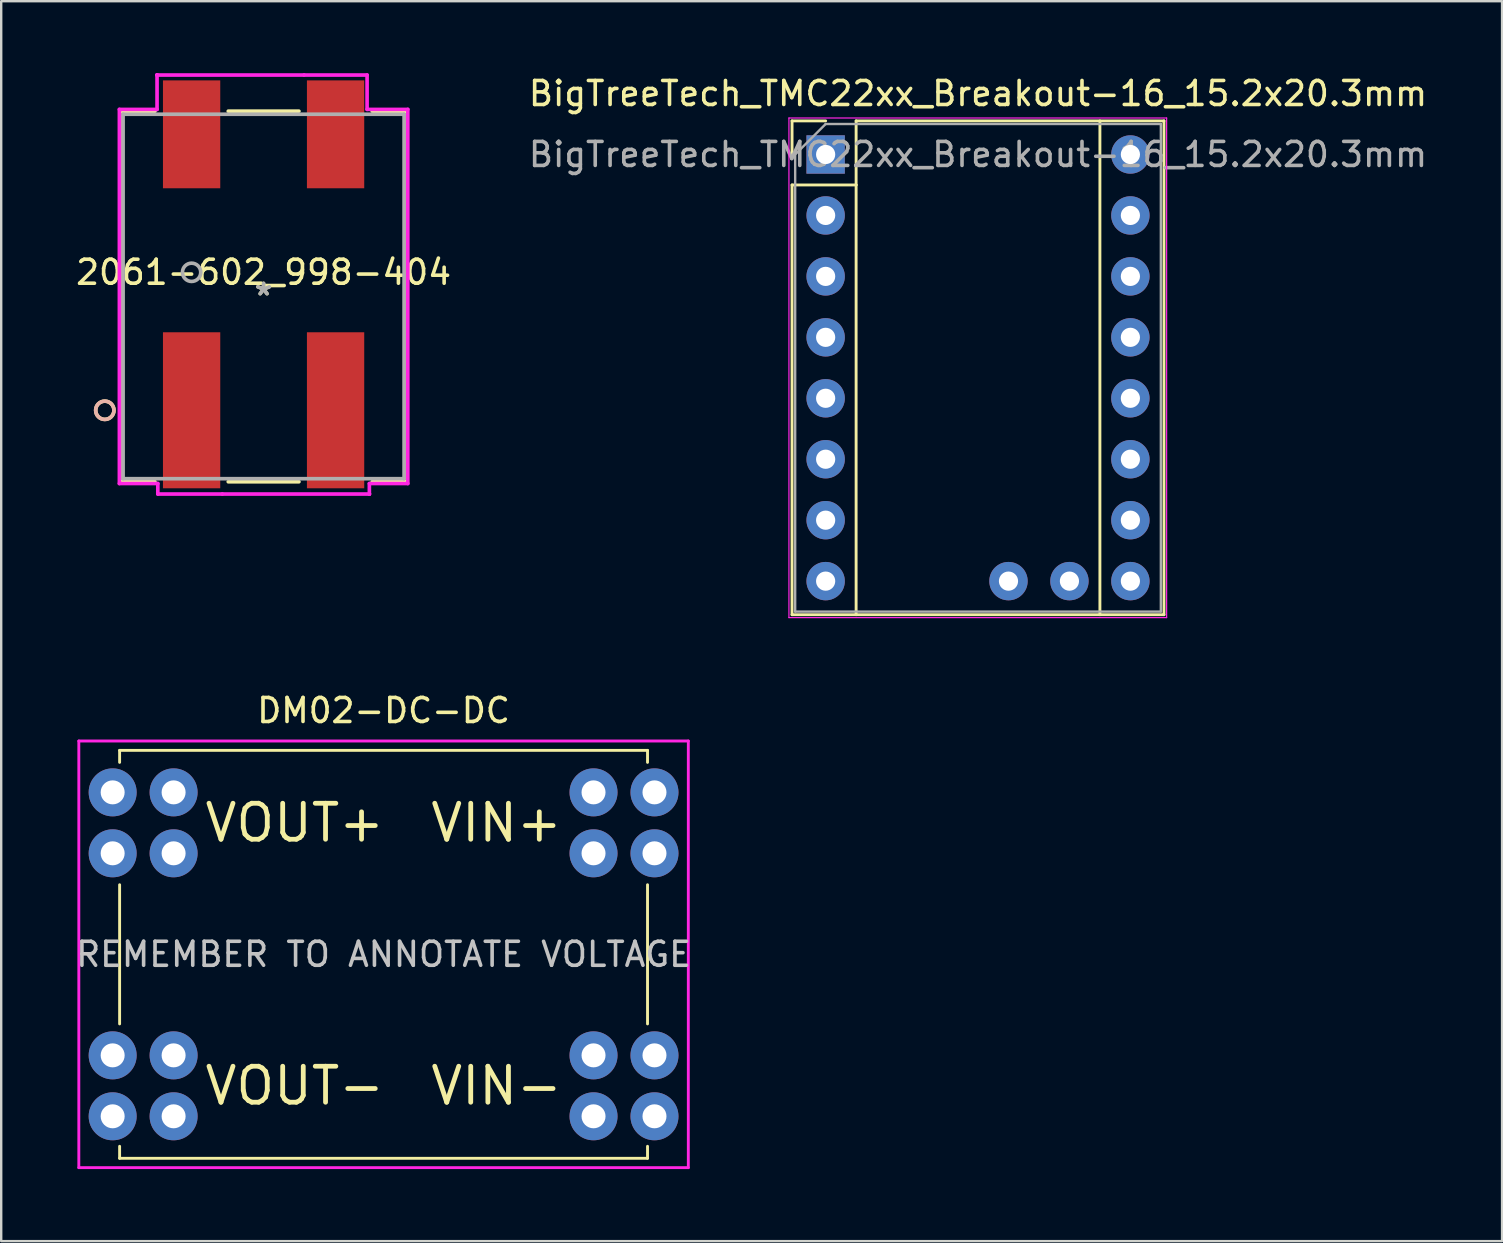
<source format=kicad_pcb>
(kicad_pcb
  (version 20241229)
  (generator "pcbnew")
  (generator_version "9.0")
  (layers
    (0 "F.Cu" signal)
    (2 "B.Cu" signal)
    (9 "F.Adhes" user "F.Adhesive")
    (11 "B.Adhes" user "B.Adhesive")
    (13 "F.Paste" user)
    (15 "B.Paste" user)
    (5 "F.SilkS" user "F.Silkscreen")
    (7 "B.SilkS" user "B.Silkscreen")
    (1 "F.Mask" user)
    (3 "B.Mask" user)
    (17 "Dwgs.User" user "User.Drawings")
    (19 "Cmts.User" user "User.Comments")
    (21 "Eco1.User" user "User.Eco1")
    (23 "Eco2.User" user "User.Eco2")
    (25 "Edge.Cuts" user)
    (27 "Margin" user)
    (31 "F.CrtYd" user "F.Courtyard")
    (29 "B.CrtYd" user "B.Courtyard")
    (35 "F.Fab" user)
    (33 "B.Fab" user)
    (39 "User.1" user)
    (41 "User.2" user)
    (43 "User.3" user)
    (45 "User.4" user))
  (footprint "BigTreeTech_TMC22xx_Breakout-16_15.2x20.3mm"
    (layer "F.Cu")
    (at 31.358 3.388)
    (property "Reference" "BigTreeTech_TMC22xx_Breakout-16_15.2x20.3mm" (at 6.35 -2.54 0) (layer "F.SilkS") (effects (font (size 1 1) (thickness 0.15))))
    (attr through_hole)
    (fp_line (start -1.4 -1.4) (end -1.4 0) (stroke (width 0.12) (type solid)) (layer "F.SilkS"))
    (fp_line (start -1.4 1.27) (end -1.4 19.18) (stroke (width 0.12) (type solid)) (layer "F.SilkS"))
    (fp_line (start -1.4 19.18) (end 14.1 19.18) (stroke (width 0.12) (type solid)) (layer "F.SilkS"))
    (fp_line (start 0 -1.4) (end -1.4 -1.4) (stroke (width 0.12) (type solid)) (layer "F.SilkS"))
    (fp_line (start 1.27 -1.4) (end 1.27 1.27) (stroke (width 0.12) (type solid)) (layer "F.SilkS"))
    (fp_line (start 1.27 1.27) (end -1.4 1.27) (stroke (width 0.12) (type solid)) (layer "F.SilkS"))
    (fp_line (start 1.27 1.27) (end 1.27 19.18) (stroke (width 0.12) (type solid)) (layer "F.SilkS"))
    (fp_line (start 11.43 -1.4) (end 11.43 19.18) (stroke (width 0.12) (type solid)) (layer "F.SilkS"))
    (fp_line (start 14.1 -1.4) (end 1.27 -1.4) (stroke (width 0.12) (type solid)) (layer "F.SilkS"))
    (fp_line (start 14.1 19.18) (end 14.1 -1.4) (stroke (width 0.12) (type solid)) (layer "F.SilkS"))
    (fp_line (start -1.53 -1.52) (end -1.53 19.3) (stroke (width 0.05) (type solid)) (layer "F.CrtYd"))
    (fp_line (start -1.53 -1.52) (end 14.21 -1.52) (stroke (width 0.05) (type solid)) (layer "F.CrtYd"))
    (fp_line (start 14.21 19.3) (end -1.53 19.3) (stroke (width 0.05) (type solid)) (layer "F.CrtYd"))
    (fp_line (start 14.21 19.3) (end 14.21 -1.52) (stroke (width 0.05) (type solid)) (layer "F.CrtYd"))
    (fp_line (start -1.27 0) (end 0 -1.27) (stroke (width 0.1) (type solid)) (layer "F.Fab"))
    (fp_line (start -1.27 19.05) (end -1.27 0) (stroke (width 0.1) (type solid)) (layer "F.Fab"))
    (fp_line (start 0 -1.27) (end 13.97 -1.27) (stroke (width 0.1) (type solid)) (layer "F.Fab"))
    (fp_line (start 13.97 -1.27) (end 13.97 19.05) (stroke (width 0.1) (type solid)) (layer "F.Fab"))
    (fp_line (start 13.97 19.05) (end -1.27 19.05) (stroke (width 0.1) (type solid)) (layer "F.Fab"))
    (fp_text user "${REFERENCE}" (at 6.35 0 0) (layer "F.Fab") (effects (font (size 1 1) (thickness 0.15))))
    (pad "1" thru_hole rect (at 0 0) (size 1.6 1.6) (drill 0.8) (layers "*.Cu" "*.Mask"))
    (pad "2" thru_hole oval (at 0 2.54) (size 1.6 1.6) (drill 0.8) (layers "*.Cu" "*.Mask"))
    (pad "3" thru_hole oval (at 0 5.08) (size 1.6 1.6) (drill 0.8) (layers "*.Cu" "*.Mask"))
    (pad "4" thru_hole oval (at 0 7.62) (size 1.6 1.6) (drill 0.8) (layers "*.Cu" "*.Mask"))
    (pad "5" thru_hole oval (at 0 10.16) (size 1.6 1.6) (drill 0.8) (layers "*.Cu" "*.Mask"))
    (pad "6" thru_hole oval (at 0 12.7) (size 1.6 1.6) (drill 0.8) (layers "*.Cu" "*.Mask"))
    (pad "7" thru_hole oval (at 0 15.24) (size 1.6 1.6) (drill 0.8) (layers "*.Cu" "*.Mask"))
    (pad "8" thru_hole oval (at 0 17.78) (size 1.6 1.6) (drill 0.8) (layers "*.Cu" "*.Mask"))
    (pad "9" thru_hole oval (at 12.7 17.78) (size 1.6 1.6) (drill 0.8) (layers "*.Cu" "*.Mask"))
    (pad "10" thru_hole oval (at 12.7 15.24) (size 1.6 1.6) (drill 0.8) (layers "*.Cu" "*.Mask"))
    (pad "11" thru_hole oval (at 12.7 12.7) (size 1.6 1.6) (drill 0.8) (layers "*.Cu" "*.Mask"))
    (pad "12" thru_hole oval (at 12.7 10.16) (size 1.6 1.6) (drill 0.8) (layers "*.Cu" "*.Mask"))
    (pad "13" thru_hole oval (at 12.7 7.62) (size 1.6 1.6) (drill 0.8) (layers "*.Cu" "*.Mask"))
    (pad "14" thru_hole oval (at 12.7 5.08) (size 1.6 1.6) (drill 0.8) (layers "*.Cu" "*.Mask"))
    (pad "15" thru_hole oval (at 12.7 2.54) (size 1.6 1.6) (drill 0.8) (layers "*.Cu" "*.Mask"))
    (pad "16" thru_hole oval (at 12.7 0) (size 1.6 1.6) (drill 0.8) (layers "*.Cu" "*.Mask"))
    (pad "17" thru_hole oval (at 10.16 17.78) (size 1.6 1.6) (drill 0.8) (layers "*.Cu" "*.Mask"))
    (pad "18" thru_hole oval (at 7.62 17.78) (size 1.6 1.6) (drill 0.8) (layers "*.Cu" "*.Mask")))
  (footprint "DM02-DC-DC"
    (layer "F.Cu")
    (at 12.935 36.721)
    (property "Reference" "DM02-DC-DC" (at 0 -10.16 0) (layer "F.SilkS") (effects (font (size 1 1) (thickness 0.15))))
    (attr through_hole)
    (fp_line (start -11 -8.5) (end 11 -8.5) (stroke (width 0.12) (type solid)) (layer "F.SilkS"))
    (fp_line (start -11 -8) (end -11 -8.5) (stroke (width 0.12) (type solid)) (layer "F.SilkS"))
    (fp_line (start -11 2.9) (end -11 -2.9) (stroke (width 0.12) (type solid)) (layer "F.SilkS"))
    (fp_line (start -11 8.5) (end -11 8) (stroke (width 0.12) (type solid)) (layer "F.SilkS"))
    (fp_line (start 11 -8.5) (end 11 -8) (stroke (width 0.12) (type solid)) (layer "F.SilkS"))
    (fp_line (start 11 -2.9) (end 11 2.9) (stroke (width 0.12) (type solid)) (layer "F.SilkS"))
    (fp_line (start 11 8) (end 11 8.5) (stroke (width 0.12) (type solid)) (layer "F.SilkS"))
    (fp_line (start 11 8.5) (end -11 8.5) (stroke (width 0.12) (type solid)) (layer "F.SilkS"))
    (fp_line (start -12.7 -8.89) (end 12.7 -8.89) (stroke (width 0.12) (type solid)) (layer "F.CrtYd"))
    (fp_line (start -12.7 8.89) (end -12.7 -8.89) (stroke (width 0.12) (type solid)) (layer "F.CrtYd"))
    (fp_line (start 12.7 -8.89) (end 12.7 8.89) (stroke (width 0.12) (type solid)) (layer "F.CrtYd"))
    (fp_line (start 12.7 8.89) (end -12.7 8.89) (stroke (width 0.12) (type solid)) (layer "F.CrtYd"))
    (fp_text user "VIN+" (at 7.55 -5.48 0) (layer "F.SilkS") (effects (font (size 1.5 1.5) (thickness 0.2)) (justify right)))
    (fp_text user "VOUT-" (at -7.55 5.48 0) (layer "F.SilkS") (effects (font (size 1.5 1.5) (thickness 0.2)) (justify left)))
    (fp_text user "VOUT+" (at -7.55 -5.48 0) (layer "F.SilkS") (effects (font (size 1.5 1.5) (thickness 0.2)) (justify left)))
    (fp_text user "VIN-" (at 7.55 5.48 0) (layer "F.SilkS") (effects (font (size 1.5 1.5) (thickness 0.2)) (justify right)))
    (fp_text user "REMEMBER TO ANNOTATE VOLTAGE" (at 0 0 0) (layer "Dwgs.User") (effects (font (size 1 1) (thickness 0.15))))
    (pad "1" thru_hole circle (at -11.29 4.21) (size 2 2) (drill 1) (layers "*.Cu" "*.Mask"))
    (pad "1" thru_hole circle (at -11.29 6.75) (size 2 2) (drill 1) (layers "*.Cu" "*.Mask"))
    (pad "1" thru_hole circle (at -8.75 4.21) (size 2 2) (drill 1) (layers "*.Cu" "*.Mask"))
    (pad "1" thru_hole circle (at -8.75 6.75) (size 2 2) (drill 1) (layers "*.Cu" "*.Mask"))
    (pad "1" thru_hole circle (at 8.75 4.21) (size 2 2) (drill 1) (layers "*.Cu" "*.Mask"))
    (pad "1" thru_hole circle (at 8.75 6.75) (size 2 2) (drill 1) (layers "*.Cu" "*.Mask"))
    (pad "1" thru_hole circle (at 11.29 4.21) (size 2 2) (drill 1) (layers "*.Cu" "*.Mask"))
    (pad "1" thru_hole circle (at 11.29 6.75) (size 2 2) (drill 1) (layers "*.Cu" "*.Mask"))
    (pad "2" thru_hole circle (at 8.75 -6.75) (size 2 2) (drill 1) (layers "*.Cu" "*.Mask"))
    (pad "2" thru_hole circle (at 8.75 -4.21) (size 2 2) (drill 1) (layers "*.Cu" "*.Mask"))
    (pad "2" thru_hole circle (at 11.29 -6.75) (size 2 2) (drill 1) (layers "*.Cu" "*.Mask"))
    (pad "2" thru_hole circle (at 11.29 -4.21) (size 2 2) (drill 1) (layers "*.Cu" "*.Mask"))
    (pad "3" thru_hole circle (at -11.29 -6.75) (size 2 2) (drill 1) (layers "*.Cu" "*.Mask"))
    (pad "3" thru_hole circle (at -11.29 -4.21) (size 2 2) (drill 1) (layers "*.Cu" "*.Mask"))
    (pad "3" thru_hole circle (at -8.75 -6.75) (size 2 2) (drill 1) (layers "*.Cu" "*.Mask"))
    (pad "3" thru_hole circle (at -8.75 -4.21) (size 2 2) (drill 1) (layers "*.Cu" "*.Mask")))
  (footprint "2061-602_998-404"
    (layer "F.Cu")
    (at 7.935 9.305)
    (property "Reference" "2061-602_998-404" (at 0 -1.007 0) (layer "F.SilkS") (effects (font (size 1 1) (thickness 0.15))))
    (attr through_hole)
    (fp_line (start -5.982 -7.722) (end -5.982 7.722) (stroke (width 0.152) (type solid)) (layer "F.SilkS"))
    (fp_line (start -5.982 7.722) (end -4.527 7.722) (stroke (width 0.152) (type solid)) (layer "F.SilkS"))
    (fp_line (start -4.527 -7.722) (end -5.982 -7.722) (stroke (width 0.152) (type solid)) (layer "F.SilkS"))
    (fp_line (start -1.473 7.722) (end 1.473 7.722) (stroke (width 0.152) (type solid)) (layer "F.SilkS"))
    (fp_line (start 1.473 -7.722) (end -1.473 -7.722) (stroke (width 0.152) (type solid)) (layer "F.SilkS"))
    (fp_line (start 4.527 7.722) (end 5.982 7.722) (stroke (width 0.152) (type solid)) (layer "F.SilkS"))
    (fp_line (start 5.982 -7.722) (end 4.527 -7.722) (stroke (width 0.152) (type solid)) (layer "F.SilkS"))
    (fp_line (start 5.982 7.722) (end 5.982 -7.722) (stroke (width 0.152) (type solid)) (layer "F.SilkS"))
    (fp_circle (center -6.617 4.743) (end -6.236 4.743) (stroke (width 0.152) (type solid)) (fill no) (layer "F.SilkS"))
    (fp_circle (center -6.617 4.743) (end -6.236 4.743) (stroke (width 0.152) (type solid)) (fill no) (layer "B.SilkS"))
    (fp_line (start -6.01 -7.796) (end -6.01 7.796) (stroke (width 0.152) (type solid)) (layer "F.CrtYd"))
    (fp_line (start -6.01 7.796) (end -4.408 7.796) (stroke (width 0.152) (type solid)) (layer "F.CrtYd"))
    (fp_line (start -4.44 -9.229) (end -4.44 -9.229) (stroke (width 0.152) (type solid)) (layer "F.CrtYd"))
    (fp_line (start -4.44 -9.229) (end -4.44 -9.229) (stroke (width 0.152) (type solid)) (layer "F.CrtYd"))
    (fp_line (start -4.44 -9.229) (end -4.44 -9.229) (stroke (width 0.152) (type solid)) (layer "F.CrtYd"))
    (fp_line (start -4.44 -9.229) (end -4.44 -7.796) (stroke (width 0.152) (type solid)) (layer "F.CrtYd"))
    (fp_line (start -4.44 -7.796) (end -6.01 -7.796) (stroke (width 0.152) (type solid)) (layer "F.CrtYd"))
    (fp_line (start -4.408 7.796) (end -4.408 8.233) (stroke (width 0.152) (type solid)) (layer "F.CrtYd"))
    (fp_line (start -4.408 8.233) (end -1.719 8.233) (stroke (width 0.152) (type solid)) (layer "F.CrtYd"))
    (fp_line (start -1.719 8.233) (end 4.408 8.233) (stroke (width 0.152) (type solid)) (layer "F.CrtYd"))
    (fp_line (start 1.687 -9.229) (end -4.44 -9.229) (stroke (width 0.152) (type solid)) (layer "F.CrtYd"))
    (fp_line (start 4.313 -9.229) (end 1.687 -9.229) (stroke (width 0.152) (type solid)) (layer "F.CrtYd"))
    (fp_line (start 4.313 -7.796) (end 4.313 -9.229) (stroke (width 0.152) (type solid)) (layer "F.CrtYd"))
    (fp_line (start 4.408 7.796) (end 6.01 7.796) (stroke (width 0.152) (type solid)) (layer "F.CrtYd"))
    (fp_line (start 4.408 8.233) (end 4.408 7.796) (stroke (width 0.152) (type solid)) (layer "F.CrtYd"))
    (fp_line (start 4.408 8.233) (end 4.408 8.233) (stroke (width 0.152) (type solid)) (layer "F.CrtYd"))
    (fp_line (start 4.408 8.233) (end 4.408 8.233) (stroke (width 0.152) (type solid)) (layer "F.CrtYd"))
    (fp_line (start 4.408 8.233) (end 4.408 8.233) (stroke (width 0.152) (type solid)) (layer "F.CrtYd"))
    (fp_line (start 6.01 7.796) (end 6.01 -7.796) (stroke (width 0.152) (type solid)) (layer "F.CrtYd"))
    (fp_line (start 6.01 -7.796) (end 4.313 -7.796) (stroke (width 0.152) (type solid)) (layer "F.CrtYd"))
    (fp_line (start -5.855 -7.595) (end -5.855 7.595) (stroke (width 0.152) (type solid)) (layer "F.Fab"))
    (fp_line (start -5.855 7.595) (end 5.855 7.595) (stroke (width 0.152) (type solid)) (layer "F.Fab"))
    (fp_line (start 5.855 -7.595) (end -5.855 -7.595) (stroke (width 0.152) (type solid)) (layer "F.Fab"))
    (fp_line (start 5.855 7.595) (end 5.855 -7.595) (stroke (width 0.152) (type solid)) (layer "F.Fab"))
    (fp_circle (center -3 -1.007) (end -2.619 -1.007) (stroke (width 0.152) (type solid)) (fill no) (layer "F.Fab"))
    (fp_text user "*" (at 0 0 0) (layer "F.SilkS") (effects (font (size 1 1) (thickness 0.15))))
    (fp_text user "Copyright 2016 Accelerated Designs. All rights reserved." (at 0 0 0) (layer "Cmts.User") (effects (font (size 0.127 0.127) (thickness 0.002))))
    (fp_text user "*" (at 0 0 0) (layer "F.Fab") (effects (font (size 1 1) (thickness 0.15))))
    (pad "1" smd rect (at -3 -6.757) (size 2.388 4.496) (layers "F.Cu" "F.Mask" "F.Paste"))
    (pad "1" smd rect (at -3 4.743) (size 2.388 6.502) (layers "F.Cu" "F.Mask" "F.Paste"))
    (pad "2" smd rect (at 3 -6.757) (size 2.388 4.496) (layers "F.Cu" "F.Mask" "F.Paste"))
    (pad "2" smd rect (at 3 4.743) (size 2.388 6.502) (layers "F.Cu" "F.Mask" "F.Paste")))
  (gr_rect
    (start -3 -3)
    (end 59.548 48.672)
    (stroke (width 0.1) (type default))
    (fill no)
    (layer "Edge.Cuts")))
</source>
